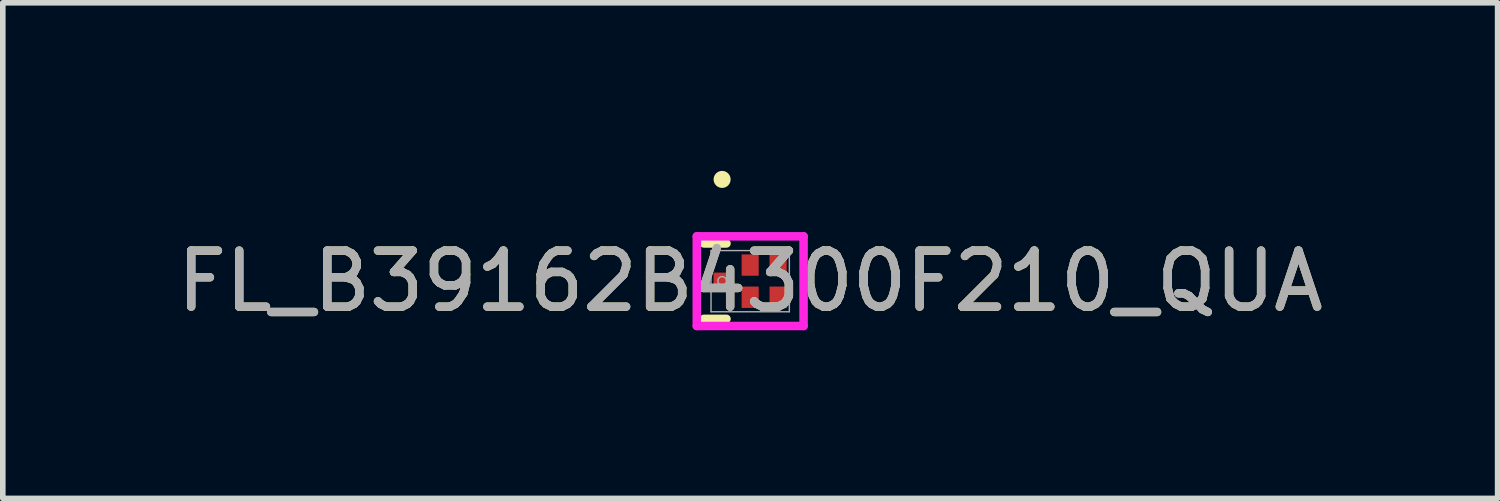
<source format=kicad_pcb>
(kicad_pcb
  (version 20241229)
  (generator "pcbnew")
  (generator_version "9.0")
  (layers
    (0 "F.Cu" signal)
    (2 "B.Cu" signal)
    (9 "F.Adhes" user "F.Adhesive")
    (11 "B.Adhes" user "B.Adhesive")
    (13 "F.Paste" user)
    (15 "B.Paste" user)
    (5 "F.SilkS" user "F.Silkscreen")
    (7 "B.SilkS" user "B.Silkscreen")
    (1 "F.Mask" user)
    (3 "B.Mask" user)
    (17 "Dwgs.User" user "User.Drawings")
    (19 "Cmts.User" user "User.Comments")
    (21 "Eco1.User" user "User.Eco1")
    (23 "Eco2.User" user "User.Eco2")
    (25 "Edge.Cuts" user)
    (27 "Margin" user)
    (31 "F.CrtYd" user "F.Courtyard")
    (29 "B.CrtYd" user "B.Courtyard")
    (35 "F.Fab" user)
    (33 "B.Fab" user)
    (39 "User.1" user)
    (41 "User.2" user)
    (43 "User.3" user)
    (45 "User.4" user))
  (footprint "FL_B39162B4300F210_QUA"
    (layer "F.Cu")
    (at 10.339 1.968)
    (property "Reference" "FL_B39162B4300F210_QUA" (at 0 0 0) (unlocked yes) (layer "F.SilkS") (effects (font (size 1 1) (thickness 0.15))))
    (attr smd)
    (fp_line (start -0.826 -0.673) (end -0.423 -0.673) (stroke (width 0.152) (type solid)) (layer "F.SilkS"))
    (fp_line (start -0.423 0.673) (end -0.826 0.673) (stroke (width 0.152) (type solid)) (layer "F.SilkS"))
    (fp_circle (center -0.501 -1.816) (end -0.425 -1.816) (stroke (width 0.152) (type solid)) (fill no) (layer "F.SilkS"))
    (fp_line (start -0.953 -0.8) (end 0.953 -0.8) (stroke (width 0.152) (type solid)) (layer "F.CrtYd"))
    (fp_line (start -0.953 0.8) (end -0.953 -0.8) (stroke (width 0.152) (type solid)) (layer "F.CrtYd"))
    (fp_line (start 0.953 -0.8) (end 0.953 0.8) (stroke (width 0.152) (type solid)) (layer "F.CrtYd"))
    (fp_line (start 0.953 0.8) (end -0.953 0.8) (stroke (width 0.152) (type solid)) (layer "F.CrtYd"))
    (fp_line (start -0.699 -0.546) (end -0.699 0.546) (stroke (width 0.025) (type solid)) (layer "F.Fab"))
    (fp_line (start -0.699 0.546) (end 0.699 0.546) (stroke (width 0.025) (type solid)) (layer "F.Fab"))
    (fp_line (start 0.699 -0.546) (end -0.699 -0.546) (stroke (width 0.025) (type solid)) (layer "F.Fab"))
    (fp_line (start 0.699 0.546) (end 0.699 -0.546) (stroke (width 0.025) (type solid)) (layer "F.Fab"))
    (fp_circle (center -0.501 -0.005) (end -0.425 -0.005) (stroke (width 0.025) (type solid)) (fill no) (layer "F.Fab"))
    (fp_text user "${REFERENCE}" (at 0 0 0) (unlocked yes) (layer "F.Fab") (effects (font (size 1 1) (thickness 0.15))))
    (pad "1" smd rect (at -0.501 0) (size 0.305 0.305) (layers "F.Cu" "F.Mask" "F.Paste"))
    (pad "2" smd rect (at 0 0.287) (size 0.305 0.381) (layers "F.Cu" "F.Mask" "F.Paste"))
    (pad "3" smd rect (at 0.498 0.287) (size 0.305 0.381) (layers "F.Cu" "F.Mask" "F.Paste"))
    (pad "4" smd rect (at 0.498 -0.287) (size 0.305 0.381) (layers "F.Cu" "F.Mask" "F.Paste"))
    (pad "5" smd rect (at 0 -0.287) (size 0.305 0.381) (layers "F.Cu" "F.Mask" "F.Paste")))
  (gr_rect
    (start -3 -3)
    (end 23.679 5.845)
    (stroke (width 0.1) (type default))
    (fill no)
    (layer "Edge.Cuts")))
</source>
